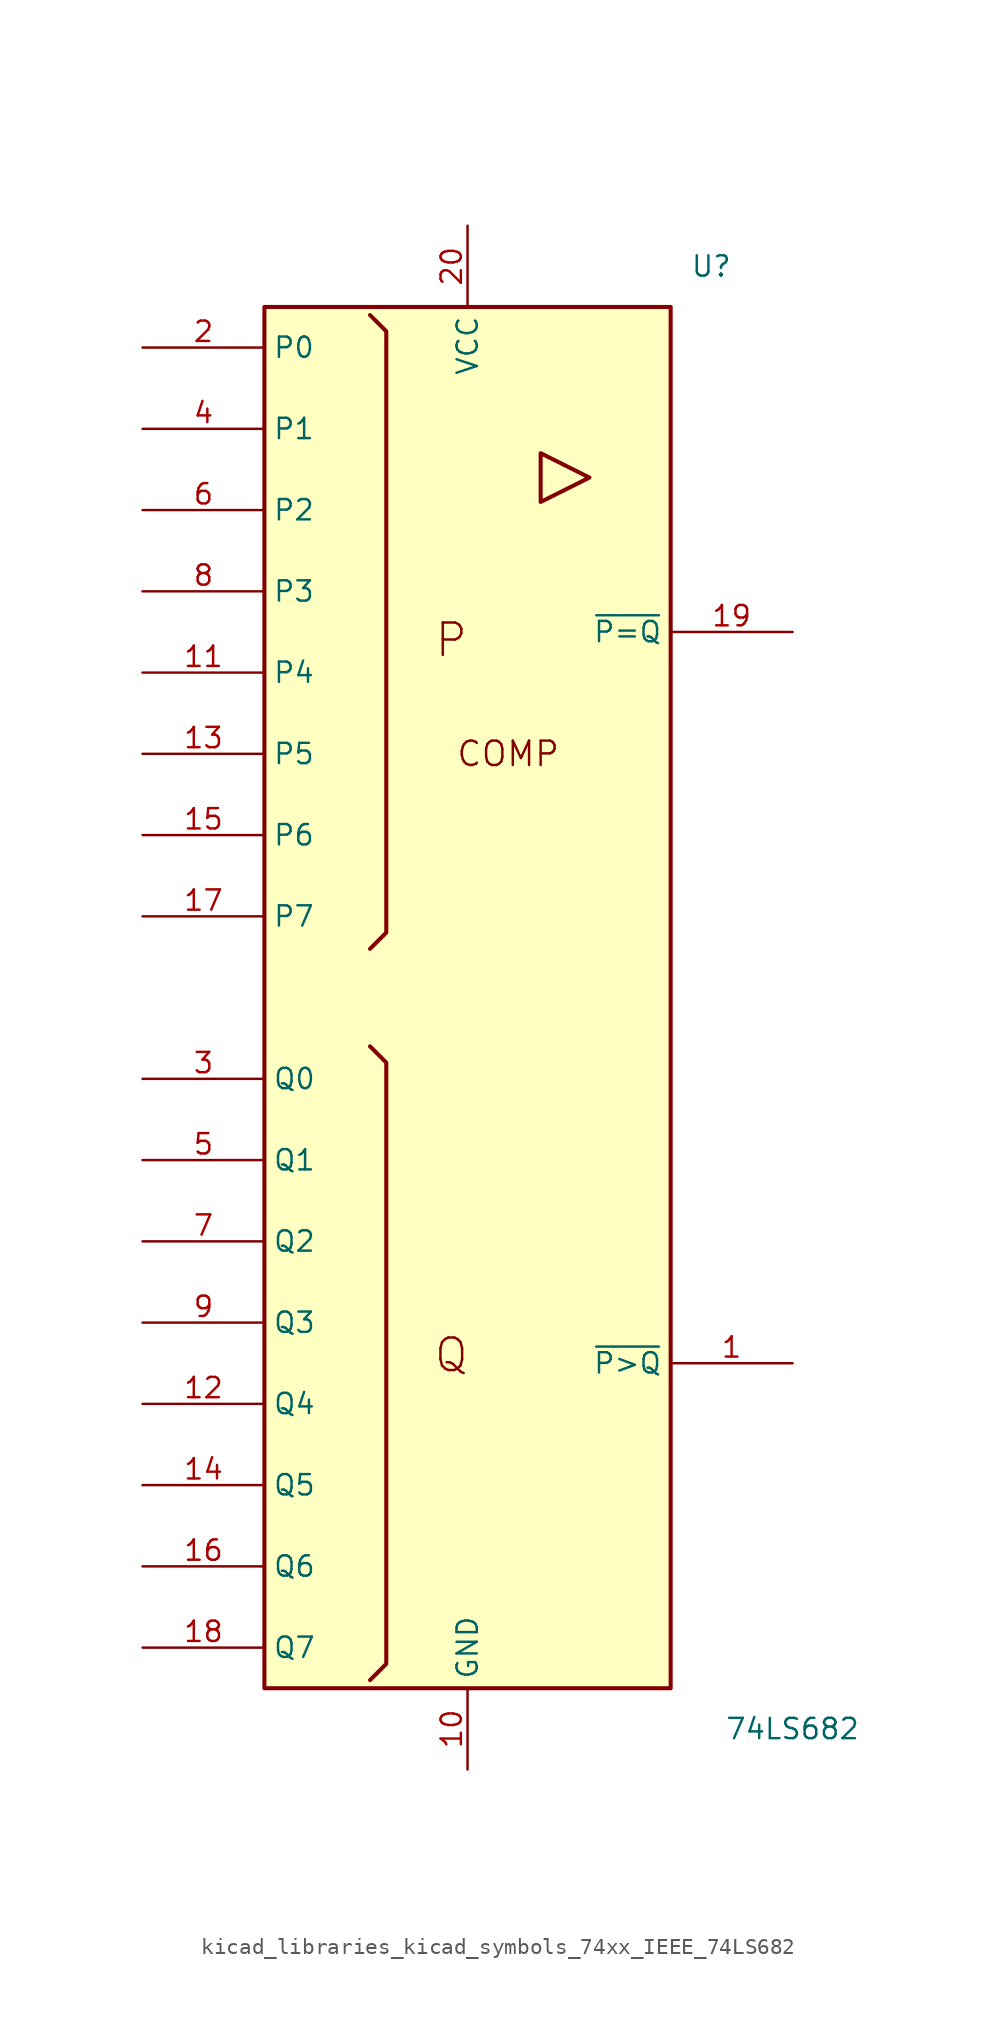
<source format=kicad_sym>
(kicad_symbol_lib
  (version 20220914)
  (generator kicad_symbol_editor)
  (symbol "kicad_libraries_kicad_symbols_74xx_IEEE_74LS682"
    (property "Reference" "U"
      (at 15.24 45.72 0)
      (effects (font (size 1.27 1.27))))
    (property "Value" "74LS682"
      (at 20.32 -45.72 0)
      (effects (font (size 1.27 1.27))))
    (symbol "kicad_libraries_kicad_symbols_74xx_IEEE_74LS682_0_0"
      (polyline (pts (xy 4.572 34.036) (xy 4.572 30.988) (xy 7.62 32.512) (xy 4.572 34.036) (xy 4.572 34.036)) (stroke (width 0.254) (type default)) (fill (type background)))
      (text "COMP" (at 2.54 15.24 0) (effects (font (size 1.524 1.524))))
      (text "P" (at -1.016 22.352 0) (effects (font (size 2.032 2.032))))
      (text "Q" (at -1.016 -22.352 0) (effects (font (size 2.032 2.032)))))
    (symbol "kicad_libraries_kicad_symbols_74xx_IEEE_74LS682_0_1"
      (rectangle (start -12.7 43.18) (end 12.7 -43.18) (stroke (width 0.254) (type default)) (fill (type background)))
      (polyline (pts (xy -6.096 -3.048) (xy -5.08 -4.064) (xy -5.08 -41.656) (xy -6.096 -42.672) (xy -6.096 -42.672)) (stroke (width 0.254) (type default)) (fill (type background)))
      (polyline (pts (xy -6.096 42.672) (xy -5.08 41.656) (xy -5.08 4.064) (xy -6.096 3.048) (xy -6.096 3.048)) (stroke (width 0.254) (type default)) (fill (type background)))
      (pin power_in line (at 0 -48.26 90) (length 5.08) (name "GND" (effects (font (size 1.27 1.27)))) (number "10" (effects (font (size 1.27 1.27))))))
    (symbol "kicad_libraries_kicad_symbols_74xx_IEEE_74LS682_1_1"
      (pin output line (at 20.32 -22.86 180) (length 7.62) (name "~{P>Q}" (effects (font (size 1.27 1.27)))) (number "1" (effects (font (size 1.27 1.27)))))
      (pin input line (at -20.32 20.32 0) (length 7.62) (name "P4" (effects (font (size 1.27 1.27)))) (number "11" (effects (font (size 1.27 1.27)))))
      (pin input line (at -20.32 -25.4 0) (length 7.62) (name "Q4" (effects (font (size 1.27 1.27)))) (number "12" (effects (font (size 1.27 1.27)))))
      (pin input line (at -20.32 15.24 0) (length 7.62) (name "P5" (effects (font (size 1.27 1.27)))) (number "13" (effects (font (size 1.27 1.27)))))
      (pin input line (at -20.32 -30.48 0) (length 7.62) (name "Q5" (effects (font (size 1.27 1.27)))) (number "14" (effects (font (size 1.27 1.27)))))
      (pin input line (at -20.32 10.16 0) (length 7.62) (name "P6" (effects (font (size 1.27 1.27)))) (number "15" (effects (font (size 1.27 1.27)))))
      (pin input line (at -20.32 -35.56 0) (length 7.62) (name "Q6" (effects (font (size 1.27 1.27)))) (number "16" (effects (font (size 1.27 1.27)))))
      (pin input line (at -20.32 5.08 0) (length 7.62) (name "P7" (effects (font (size 1.27 1.27)))) (number "17" (effects (font (size 1.27 1.27)))))
      (pin input line (at -20.32 -40.64 0) (length 7.62) (name "Q7" (effects (font (size 1.27 1.27)))) (number "18" (effects (font (size 1.27 1.27)))))
      (pin output line (at 20.32 22.86 180) (length 7.62) (name "~{P=Q}" (effects (font (size 1.27 1.27)))) (number "19" (effects (font (size 1.27 1.27)))))
      (pin input line (at -20.32 40.64 0) (length 7.62) (name "P0" (effects (font (size 1.27 1.27)))) (number "2" (effects (font (size 1.27 1.27)))))
      (pin power_in line (at 0 48.26 270) (length 5.08) (name "VCC" (effects (font (size 1.27 1.27)))) (number "20" (effects (font (size 1.27 1.27)))))
      (pin input line (at -20.32 -5.08 0) (length 7.62) (name "Q0" (effects (font (size 1.27 1.27)))) (number "3" (effects (font (size 1.27 1.27)))))
      (pin input line (at -20.32 35.56 0) (length 7.62) (name "P1" (effects (font (size 1.27 1.27)))) (number "4" (effects (font (size 1.27 1.27)))))
      (pin input line (at -20.32 -10.16 0) (length 7.62) (name "Q1" (effects (font (size 1.27 1.27)))) (number "5" (effects (font (size 1.27 1.27)))))
      (pin input line (at -20.32 30.48 0) (length 7.62) (name "P2" (effects (font (size 1.27 1.27)))) (number "6" (effects (font (size 1.27 1.27)))))
      (pin input line (at -20.32 -15.24 0) (length 7.62) (name "Q2" (effects (font (size 1.27 1.27)))) (number "7" (effects (font (size 1.27 1.27)))))
      (pin input line (at -20.32 25.4 0) (length 7.62) (name "P3" (effects (font (size 1.27 1.27)))) (number "8" (effects (font (size 1.27 1.27)))))
      (pin input line (at -20.32 -20.32 0) (length 7.62) (name "Q3" (effects (font (size 1.27 1.27)))) (number "9" (effects (font (size 1.27 1.27))))))))
</source>
